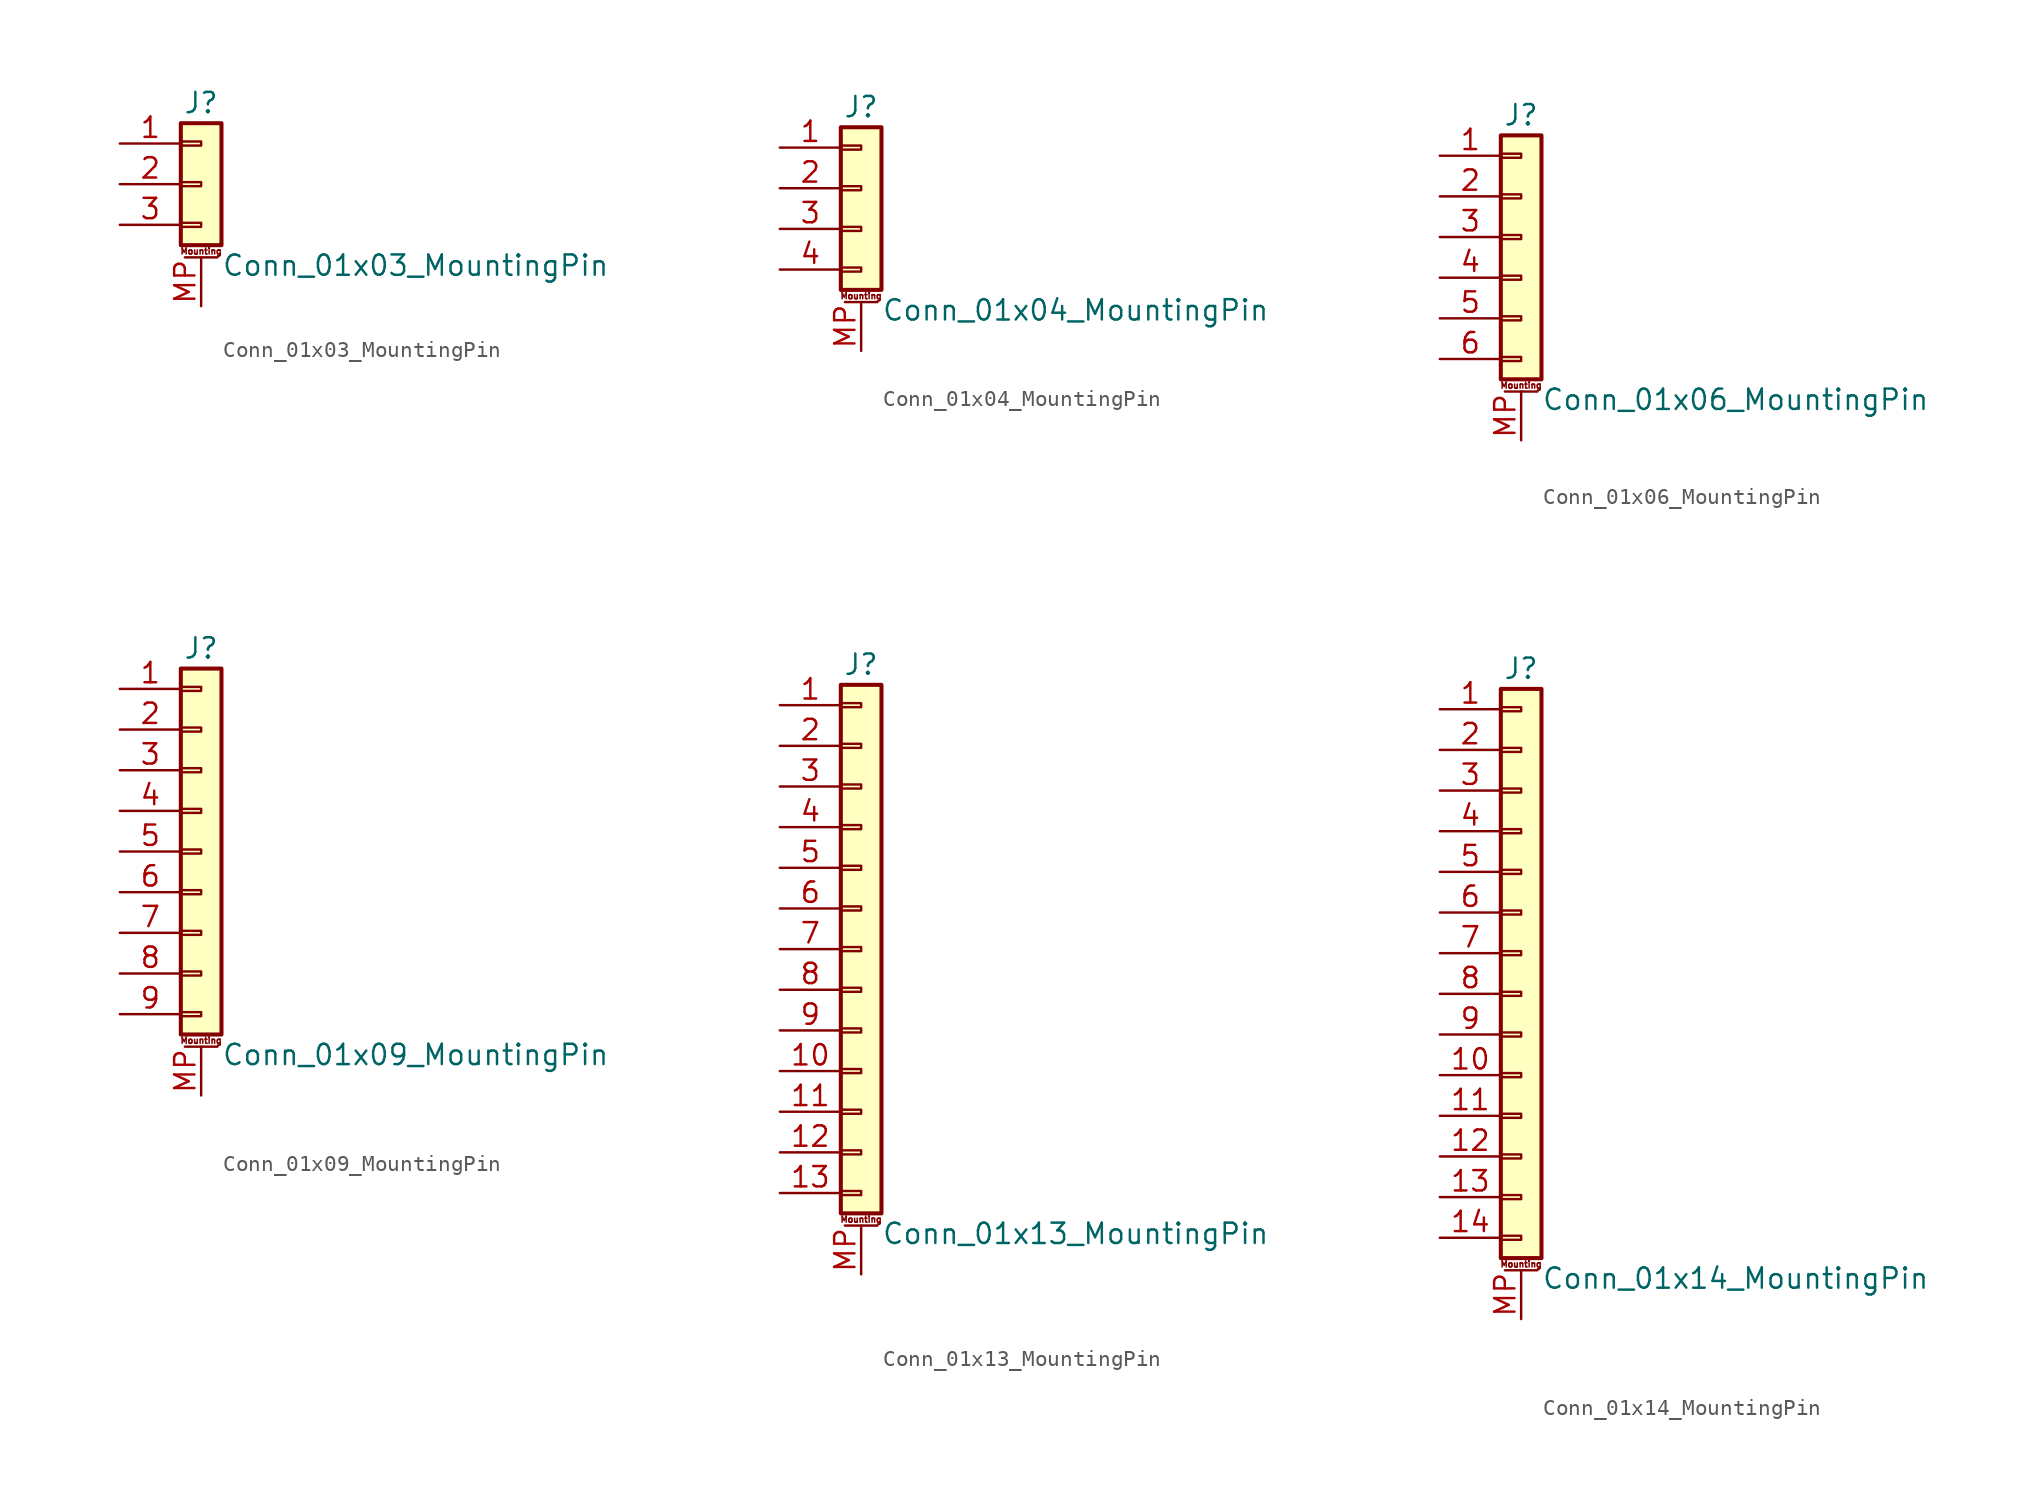
<source format=kicad_sym>
(kicad_symbol_lib
  (version 20211014)
  (generator kicad_symbol_editor)
  (symbol "Conn_01x03_MountingPin"
    (pin_names
      (offset 1.016) hide)
    (property "Reference" "J"
      (at 0 5.08 0)
      (effects (font (size 1.27 1.27))))
    (property "Value" "Conn_01x03_MountingPin"
      (at 1.27 -5.08 0)
      (effects (font (size 1.27 1.27)) (justify left)))
    (symbol "Conn_01x03_MountingPin_1_1"
      (rectangle (start -1.27 -2.413) (end 0 -2.667) (stroke (width 0.152) (type default) (color 0 0 0 0)) (fill (type none)))
      (rectangle (start -1.27 0.127) (end 0 -0.127) (stroke (width 0.152) (type default) (color 0 0 0 0)) (fill (type none)))
      (rectangle (start -1.27 2.667) (end 0 2.413) (stroke (width 0.152) (type default) (color 0 0 0 0)) (fill (type none)))
      (rectangle (start -1.27 3.81) (end 1.27 -3.81) (stroke (width 0.254) (type default) (color 0 0 0 0)) (fill (type background)))
      (polyline (pts (xy -1.016 -4.572) (xy 1.016 -4.572)) (stroke (width 0.152) (type default) (color 0 0 0 0)) (fill (type none)))
      (text "Mounting" (at 0 -4.191 0) (effects (font (size 0.381 0.381))))
      (pin passive line (at -5.08 2.54 0) (length 3.81) (name "Pin_1" (effects (font (size 1.27 1.27)))) (number "1" (effects (font (size 1.27 1.27)))))
      (pin passive line (at -5.08 0 0) (length 3.81) (name "Pin_2" (effects (font (size 1.27 1.27)))) (number "2" (effects (font (size 1.27 1.27)))))
      (pin passive line (at -5.08 -2.54 0) (length 3.81) (name "Pin_3" (effects (font (size 1.27 1.27)))) (number "3" (effects (font (size 1.27 1.27)))))
      (pin passive line (at 0 -7.62 90) (length 3.048) (name "MountPin" (effects (font (size 1.27 1.27)))) (number "MP" (effects (font (size 1.27 1.27)))))))
  (symbol "Conn_01x04_MountingPin"
    (pin_names
      (offset 1.016) hide)
    (property "Reference" "J"
      (at 0 5.08 0)
      (effects (font (size 1.27 1.27))))
    (property "Value" "Conn_01x04_MountingPin"
      (at 1.27 -7.62 0)
      (effects (font (size 1.27 1.27)) (justify left)))
    (symbol "Conn_01x04_MountingPin_1_1"
      (rectangle (start -1.27 -4.953) (end 0 -5.207) (stroke (width 0.152) (type default) (color 0 0 0 0)) (fill (type none)))
      (rectangle (start -1.27 -2.413) (end 0 -2.667) (stroke (width 0.152) (type default) (color 0 0 0 0)) (fill (type none)))
      (rectangle (start -1.27 0.127) (end 0 -0.127) (stroke (width 0.152) (type default) (color 0 0 0 0)) (fill (type none)))
      (rectangle (start -1.27 2.667) (end 0 2.413) (stroke (width 0.152) (type default) (color 0 0 0 0)) (fill (type none)))
      (rectangle (start -1.27 3.81) (end 1.27 -6.35) (stroke (width 0.254) (type default) (color 0 0 0 0)) (fill (type background)))
      (polyline (pts (xy -1.016 -7.112) (xy 1.016 -7.112)) (stroke (width 0.152) (type default) (color 0 0 0 0)) (fill (type none)))
      (text "Mounting" (at 0 -6.731 0) (effects (font (size 0.381 0.381))))
      (pin passive line (at -5.08 2.54 0) (length 3.81) (name "Pin_1" (effects (font (size 1.27 1.27)))) (number "1" (effects (font (size 1.27 1.27)))))
      (pin passive line (at -5.08 0 0) (length 3.81) (name "Pin_2" (effects (font (size 1.27 1.27)))) (number "2" (effects (font (size 1.27 1.27)))))
      (pin passive line (at -5.08 -2.54 0) (length 3.81) (name "Pin_3" (effects (font (size 1.27 1.27)))) (number "3" (effects (font (size 1.27 1.27)))))
      (pin passive line (at -5.08 -5.08 0) (length 3.81) (name "Pin_4" (effects (font (size 1.27 1.27)))) (number "4" (effects (font (size 1.27 1.27)))))
      (pin passive line (at 0 -10.16 90) (length 3.048) (name "MountPin" (effects (font (size 1.27 1.27)))) (number "MP" (effects (font (size 1.27 1.27)))))))
  (symbol "Conn_01x06_MountingPin"
    (pin_names
      (offset 1.016) hide)
    (property "Reference" "J"
      (at 0 7.62 0)
      (effects (font (size 1.27 1.27))))
    (property "Value" "Conn_01x06_MountingPin"
      (at 1.27 -10.16 0)
      (effects (font (size 1.27 1.27)) (justify left)))
    (symbol "Conn_01x06_MountingPin_1_1"
      (rectangle (start -1.27 -7.493) (end 0 -7.747) (stroke (width 0.152) (type default) (color 0 0 0 0)) (fill (type none)))
      (rectangle (start -1.27 -4.953) (end 0 -5.207) (stroke (width 0.152) (type default) (color 0 0 0 0)) (fill (type none)))
      (rectangle (start -1.27 -2.413) (end 0 -2.667) (stroke (width 0.152) (type default) (color 0 0 0 0)) (fill (type none)))
      (rectangle (start -1.27 0.127) (end 0 -0.127) (stroke (width 0.152) (type default) (color 0 0 0 0)) (fill (type none)))
      (rectangle (start -1.27 2.667) (end 0 2.413) (stroke (width 0.152) (type default) (color 0 0 0 0)) (fill (type none)))
      (rectangle (start -1.27 5.207) (end 0 4.953) (stroke (width 0.152) (type default) (color 0 0 0 0)) (fill (type none)))
      (rectangle (start -1.27 6.35) (end 1.27 -8.89) (stroke (width 0.254) (type default) (color 0 0 0 0)) (fill (type background)))
      (polyline (pts (xy -1.016 -9.652) (xy 1.016 -9.652)) (stroke (width 0.152) (type default) (color 0 0 0 0)) (fill (type none)))
      (text "Mounting" (at 0 -9.271 0) (effects (font (size 0.381 0.381))))
      (pin passive line (at -5.08 5.08 0) (length 3.81) (name "Pin_1" (effects (font (size 1.27 1.27)))) (number "1" (effects (font (size 1.27 1.27)))))
      (pin passive line (at -5.08 2.54 0) (length 3.81) (name "Pin_2" (effects (font (size 1.27 1.27)))) (number "2" (effects (font (size 1.27 1.27)))))
      (pin passive line (at -5.08 0 0) (length 3.81) (name "Pin_3" (effects (font (size 1.27 1.27)))) (number "3" (effects (font (size 1.27 1.27)))))
      (pin passive line (at -5.08 -2.54 0) (length 3.81) (name "Pin_4" (effects (font (size 1.27 1.27)))) (number "4" (effects (font (size 1.27 1.27)))))
      (pin passive line (at -5.08 -5.08 0) (length 3.81) (name "Pin_5" (effects (font (size 1.27 1.27)))) (number "5" (effects (font (size 1.27 1.27)))))
      (pin passive line (at -5.08 -7.62 0) (length 3.81) (name "Pin_6" (effects (font (size 1.27 1.27)))) (number "6" (effects (font (size 1.27 1.27)))))
      (pin passive line (at 0 -12.7 90) (length 3.048) (name "MountPin" (effects (font (size 1.27 1.27)))) (number "MP" (effects (font (size 1.27 1.27)))))))
  (symbol "Conn_01x09_MountingPin"
    (pin_names
      (offset 1.016) hide)
    (property "Reference" "J"
      (at 0 12.7 0)
      (effects (font (size 1.27 1.27))))
    (property "Value" "Conn_01x09_MountingPin"
      (at 1.27 -12.7 0)
      (effects (font (size 1.27 1.27)) (justify left)))
    (symbol "Conn_01x09_MountingPin_1_1"
      (rectangle (start -1.27 -10.033) (end 0 -10.287) (stroke (width 0.152) (type default) (color 0 0 0 0)) (fill (type none)))
      (rectangle (start -1.27 -7.493) (end 0 -7.747) (stroke (width 0.152) (type default) (color 0 0 0 0)) (fill (type none)))
      (rectangle (start -1.27 -4.953) (end 0 -5.207) (stroke (width 0.152) (type default) (color 0 0 0 0)) (fill (type none)))
      (rectangle (start -1.27 -2.413) (end 0 -2.667) (stroke (width 0.152) (type default) (color 0 0 0 0)) (fill (type none)))
      (rectangle (start -1.27 0.127) (end 0 -0.127) (stroke (width 0.152) (type default) (color 0 0 0 0)) (fill (type none)))
      (rectangle (start -1.27 2.667) (end 0 2.413) (stroke (width 0.152) (type default) (color 0 0 0 0)) (fill (type none)))
      (rectangle (start -1.27 5.207) (end 0 4.953) (stroke (width 0.152) (type default) (color 0 0 0 0)) (fill (type none)))
      (rectangle (start -1.27 7.747) (end 0 7.493) (stroke (width 0.152) (type default) (color 0 0 0 0)) (fill (type none)))
      (rectangle (start -1.27 10.287) (end 0 10.033) (stroke (width 0.152) (type default) (color 0 0 0 0)) (fill (type none)))
      (rectangle (start -1.27 11.43) (end 1.27 -11.43) (stroke (width 0.254) (type default) (color 0 0 0 0)) (fill (type background)))
      (polyline (pts (xy -1.016 -12.192) (xy 1.016 -12.192)) (stroke (width 0.152) (type default) (color 0 0 0 0)) (fill (type none)))
      (text "Mounting" (at 0 -11.811 0) (effects (font (size 0.381 0.381))))
      (pin passive line (at -5.08 10.16 0) (length 3.81) (name "Pin_1" (effects (font (size 1.27 1.27)))) (number "1" (effects (font (size 1.27 1.27)))))
      (pin passive line (at -5.08 7.62 0) (length 3.81) (name "Pin_2" (effects (font (size 1.27 1.27)))) (number "2" (effects (font (size 1.27 1.27)))))
      (pin passive line (at -5.08 5.08 0) (length 3.81) (name "Pin_3" (effects (font (size 1.27 1.27)))) (number "3" (effects (font (size 1.27 1.27)))))
      (pin passive line (at -5.08 2.54 0) (length 3.81) (name "Pin_4" (effects (font (size 1.27 1.27)))) (number "4" (effects (font (size 1.27 1.27)))))
      (pin passive line (at -5.08 0 0) (length 3.81) (name "Pin_5" (effects (font (size 1.27 1.27)))) (number "5" (effects (font (size 1.27 1.27)))))
      (pin passive line (at -5.08 -2.54 0) (length 3.81) (name "Pin_6" (effects (font (size 1.27 1.27)))) (number "6" (effects (font (size 1.27 1.27)))))
      (pin passive line (at -5.08 -5.08 0) (length 3.81) (name "Pin_7" (effects (font (size 1.27 1.27)))) (number "7" (effects (font (size 1.27 1.27)))))
      (pin passive line (at -5.08 -7.62 0) (length 3.81) (name "Pin_8" (effects (font (size 1.27 1.27)))) (number "8" (effects (font (size 1.27 1.27)))))
      (pin passive line (at -5.08 -10.16 0) (length 3.81) (name "Pin_9" (effects (font (size 1.27 1.27)))) (number "9" (effects (font (size 1.27 1.27)))))
      (pin passive line (at 0 -15.24 90) (length 3.048) (name "MountPin" (effects (font (size 1.27 1.27)))) (number "MP" (effects (font (size 1.27 1.27)))))))
  (symbol "Conn_01x13_MountingPin"
    (pin_names
      (offset 1.016) hide)
    (property "Reference" "J"
      (at 0 17.78 0)
      (effects (font (size 1.27 1.27))))
    (property "Value" "Conn_01x13_MountingPin"
      (at 1.27 -17.78 0)
      (effects (font (size 1.27 1.27)) (justify left)))
    (symbol "Conn_01x13_MountingPin_1_1"
      (rectangle (start -1.27 -15.113) (end 0 -15.367) (stroke (width 0.152) (type default) (color 0 0 0 0)) (fill (type none)))
      (rectangle (start -1.27 -12.573) (end 0 -12.827) (stroke (width 0.152) (type default) (color 0 0 0 0)) (fill (type none)))
      (rectangle (start -1.27 -10.033) (end 0 -10.287) (stroke (width 0.152) (type default) (color 0 0 0 0)) (fill (type none)))
      (rectangle (start -1.27 -7.493) (end 0 -7.747) (stroke (width 0.152) (type default) (color 0 0 0 0)) (fill (type none)))
      (rectangle (start -1.27 -4.953) (end 0 -5.207) (stroke (width 0.152) (type default) (color 0 0 0 0)) (fill (type none)))
      (rectangle (start -1.27 -2.413) (end 0 -2.667) (stroke (width 0.152) (type default) (color 0 0 0 0)) (fill (type none)))
      (rectangle (start -1.27 0.127) (end 0 -0.127) (stroke (width 0.152) (type default) (color 0 0 0 0)) (fill (type none)))
      (rectangle (start -1.27 2.667) (end 0 2.413) (stroke (width 0.152) (type default) (color 0 0 0 0)) (fill (type none)))
      (rectangle (start -1.27 5.207) (end 0 4.953) (stroke (width 0.152) (type default) (color 0 0 0 0)) (fill (type none)))
      (rectangle (start -1.27 7.747) (end 0 7.493) (stroke (width 0.152) (type default) (color 0 0 0 0)) (fill (type none)))
      (rectangle (start -1.27 10.287) (end 0 10.033) (stroke (width 0.152) (type default) (color 0 0 0 0)) (fill (type none)))
      (rectangle (start -1.27 12.827) (end 0 12.573) (stroke (width 0.152) (type default) (color 0 0 0 0)) (fill (type none)))
      (rectangle (start -1.27 15.367) (end 0 15.113) (stroke (width 0.152) (type default) (color 0 0 0 0)) (fill (type none)))
      (rectangle (start -1.27 16.51) (end 1.27 -16.51) (stroke (width 0.254) (type default) (color 0 0 0 0)) (fill (type background)))
      (polyline (pts (xy -1.016 -17.272) (xy 1.016 -17.272)) (stroke (width 0.152) (type default) (color 0 0 0 0)) (fill (type none)))
      (text "Mounting" (at 0 -16.891 0) (effects (font (size 0.381 0.381))))
      (pin passive line (at -5.08 15.24 0) (length 3.81) (name "Pin_1" (effects (font (size 1.27 1.27)))) (number "1" (effects (font (size 1.27 1.27)))))
      (pin passive line (at -5.08 -7.62 0) (length 3.81) (name "Pin_10" (effects (font (size 1.27 1.27)))) (number "10" (effects (font (size 1.27 1.27)))))
      (pin passive line (at -5.08 -10.16 0) (length 3.81) (name "Pin_11" (effects (font (size 1.27 1.27)))) (number "11" (effects (font (size 1.27 1.27)))))
      (pin passive line (at -5.08 -12.7 0) (length 3.81) (name "Pin_12" (effects (font (size 1.27 1.27)))) (number "12" (effects (font (size 1.27 1.27)))))
      (pin passive line (at -5.08 -15.24 0) (length 3.81) (name "Pin_13" (effects (font (size 1.27 1.27)))) (number "13" (effects (font (size 1.27 1.27)))))
      (pin passive line (at -5.08 12.7 0) (length 3.81) (name "Pin_2" (effects (font (size 1.27 1.27)))) (number "2" (effects (font (size 1.27 1.27)))))
      (pin passive line (at -5.08 10.16 0) (length 3.81) (name "Pin_3" (effects (font (size 1.27 1.27)))) (number "3" (effects (font (size 1.27 1.27)))))
      (pin passive line (at -5.08 7.62 0) (length 3.81) (name "Pin_4" (effects (font (size 1.27 1.27)))) (number "4" (effects (font (size 1.27 1.27)))))
      (pin passive line (at -5.08 5.08 0) (length 3.81) (name "Pin_5" (effects (font (size 1.27 1.27)))) (number "5" (effects (font (size 1.27 1.27)))))
      (pin passive line (at -5.08 2.54 0) (length 3.81) (name "Pin_6" (effects (font (size 1.27 1.27)))) (number "6" (effects (font (size 1.27 1.27)))))
      (pin passive line (at -5.08 0 0) (length 3.81) (name "Pin_7" (effects (font (size 1.27 1.27)))) (number "7" (effects (font (size 1.27 1.27)))))
      (pin passive line (at -5.08 -2.54 0) (length 3.81) (name "Pin_8" (effects (font (size 1.27 1.27)))) (number "8" (effects (font (size 1.27 1.27)))))
      (pin passive line (at -5.08 -5.08 0) (length 3.81) (name "Pin_9" (effects (font (size 1.27 1.27)))) (number "9" (effects (font (size 1.27 1.27)))))
      (pin passive line (at 0 -20.32 90) (length 3.048) (name "MountPin" (effects (font (size 1.27 1.27)))) (number "MP" (effects (font (size 1.27 1.27)))))))
  (symbol "Conn_01x14_MountingPin"
    (pin_names
      (offset 1.016) hide)
    (property "Reference" "J"
      (at 0 17.78 0)
      (effects (font (size 1.27 1.27))))
    (property "Value" "Conn_01x14_MountingPin"
      (at 1.27 -20.32 0)
      (effects (font (size 1.27 1.27)) (justify left)))
    (symbol "Conn_01x14_MountingPin_1_1"
      (rectangle (start -1.27 -17.653) (end 0 -17.907) (stroke (width 0.152) (type default) (color 0 0 0 0)) (fill (type none)))
      (rectangle (start -1.27 -15.113) (end 0 -15.367) (stroke (width 0.152) (type default) (color 0 0 0 0)) (fill (type none)))
      (rectangle (start -1.27 -12.573) (end 0 -12.827) (stroke (width 0.152) (type default) (color 0 0 0 0)) (fill (type none)))
      (rectangle (start -1.27 -10.033) (end 0 -10.287) (stroke (width 0.152) (type default) (color 0 0 0 0)) (fill (type none)))
      (rectangle (start -1.27 -7.493) (end 0 -7.747) (stroke (width 0.152) (type default) (color 0 0 0 0)) (fill (type none)))
      (rectangle (start -1.27 -4.953) (end 0 -5.207) (stroke (width 0.152) (type default) (color 0 0 0 0)) (fill (type none)))
      (rectangle (start -1.27 -2.413) (end 0 -2.667) (stroke (width 0.152) (type default) (color 0 0 0 0)) (fill (type none)))
      (rectangle (start -1.27 0.127) (end 0 -0.127) (stroke (width 0.152) (type default) (color 0 0 0 0)) (fill (type none)))
      (rectangle (start -1.27 2.667) (end 0 2.413) (stroke (width 0.152) (type default) (color 0 0 0 0)) (fill (type none)))
      (rectangle (start -1.27 5.207) (end 0 4.953) (stroke (width 0.152) (type default) (color 0 0 0 0)) (fill (type none)))
      (rectangle (start -1.27 7.747) (end 0 7.493) (stroke (width 0.152) (type default) (color 0 0 0 0)) (fill (type none)))
      (rectangle (start -1.27 10.287) (end 0 10.033) (stroke (width 0.152) (type default) (color 0 0 0 0)) (fill (type none)))
      (rectangle (start -1.27 12.827) (end 0 12.573) (stroke (width 0.152) (type default) (color 0 0 0 0)) (fill (type none)))
      (rectangle (start -1.27 15.367) (end 0 15.113) (stroke (width 0.152) (type default) (color 0 0 0 0)) (fill (type none)))
      (rectangle (start -1.27 16.51) (end 1.27 -19.05) (stroke (width 0.254) (type default) (color 0 0 0 0)) (fill (type background)))
      (polyline (pts (xy -1.016 -19.812) (xy 1.016 -19.812)) (stroke (width 0.152) (type default) (color 0 0 0 0)) (fill (type none)))
      (text "Mounting" (at 0 -19.431 0) (effects (font (size 0.381 0.381))))
      (pin passive line (at -5.08 15.24 0) (length 3.81) (name "Pin_1" (effects (font (size 1.27 1.27)))) (number "1" (effects (font (size 1.27 1.27)))))
      (pin passive line (at -5.08 -7.62 0) (length 3.81) (name "Pin_10" (effects (font (size 1.27 1.27)))) (number "10" (effects (font (size 1.27 1.27)))))
      (pin passive line (at -5.08 -10.16 0) (length 3.81) (name "Pin_11" (effects (font (size 1.27 1.27)))) (number "11" (effects (font (size 1.27 1.27)))))
      (pin passive line (at -5.08 -12.7 0) (length 3.81) (name "Pin_12" (effects (font (size 1.27 1.27)))) (number "12" (effects (font (size 1.27 1.27)))))
      (pin passive line (at -5.08 -15.24 0) (length 3.81) (name "Pin_13" (effects (font (size 1.27 1.27)))) (number "13" (effects (font (size 1.27 1.27)))))
      (pin passive line (at -5.08 -17.78 0) (length 3.81) (name "Pin_14" (effects (font (size 1.27 1.27)))) (number "14" (effects (font (size 1.27 1.27)))))
      (pin passive line (at -5.08 12.7 0) (length 3.81) (name "Pin_2" (effects (font (size 1.27 1.27)))) (number "2" (effects (font (size 1.27 1.27)))))
      (pin passive line (at -5.08 10.16 0) (length 3.81) (name "Pin_3" (effects (font (size 1.27 1.27)))) (number "3" (effects (font (size 1.27 1.27)))))
      (pin passive line (at -5.08 7.62 0) (length 3.81) (name "Pin_4" (effects (font (size 1.27 1.27)))) (number "4" (effects (font (size 1.27 1.27)))))
      (pin passive line (at -5.08 5.08 0) (length 3.81) (name "Pin_5" (effects (font (size 1.27 1.27)))) (number "5" (effects (font (size 1.27 1.27)))))
      (pin passive line (at -5.08 2.54 0) (length 3.81) (name "Pin_6" (effects (font (size 1.27 1.27)))) (number "6" (effects (font (size 1.27 1.27)))))
      (pin passive line (at -5.08 0 0) (length 3.81) (name "Pin_7" (effects (font (size 1.27 1.27)))) (number "7" (effects (font (size 1.27 1.27)))))
      (pin passive line (at -5.08 -2.54 0) (length 3.81) (name "Pin_8" (effects (font (size 1.27 1.27)))) (number "8" (effects (font (size 1.27 1.27)))))
      (pin passive line (at -5.08 -5.08 0) (length 3.81) (name "Pin_9" (effects (font (size 1.27 1.27)))) (number "9" (effects (font (size 1.27 1.27)))))
      (pin passive line (at 0 -22.86 90) (length 3.048) (name "MountPin" (effects (font (size 1.27 1.27)))) (number "MP" (effects (font (size 1.27 1.27))))))))
</source>
